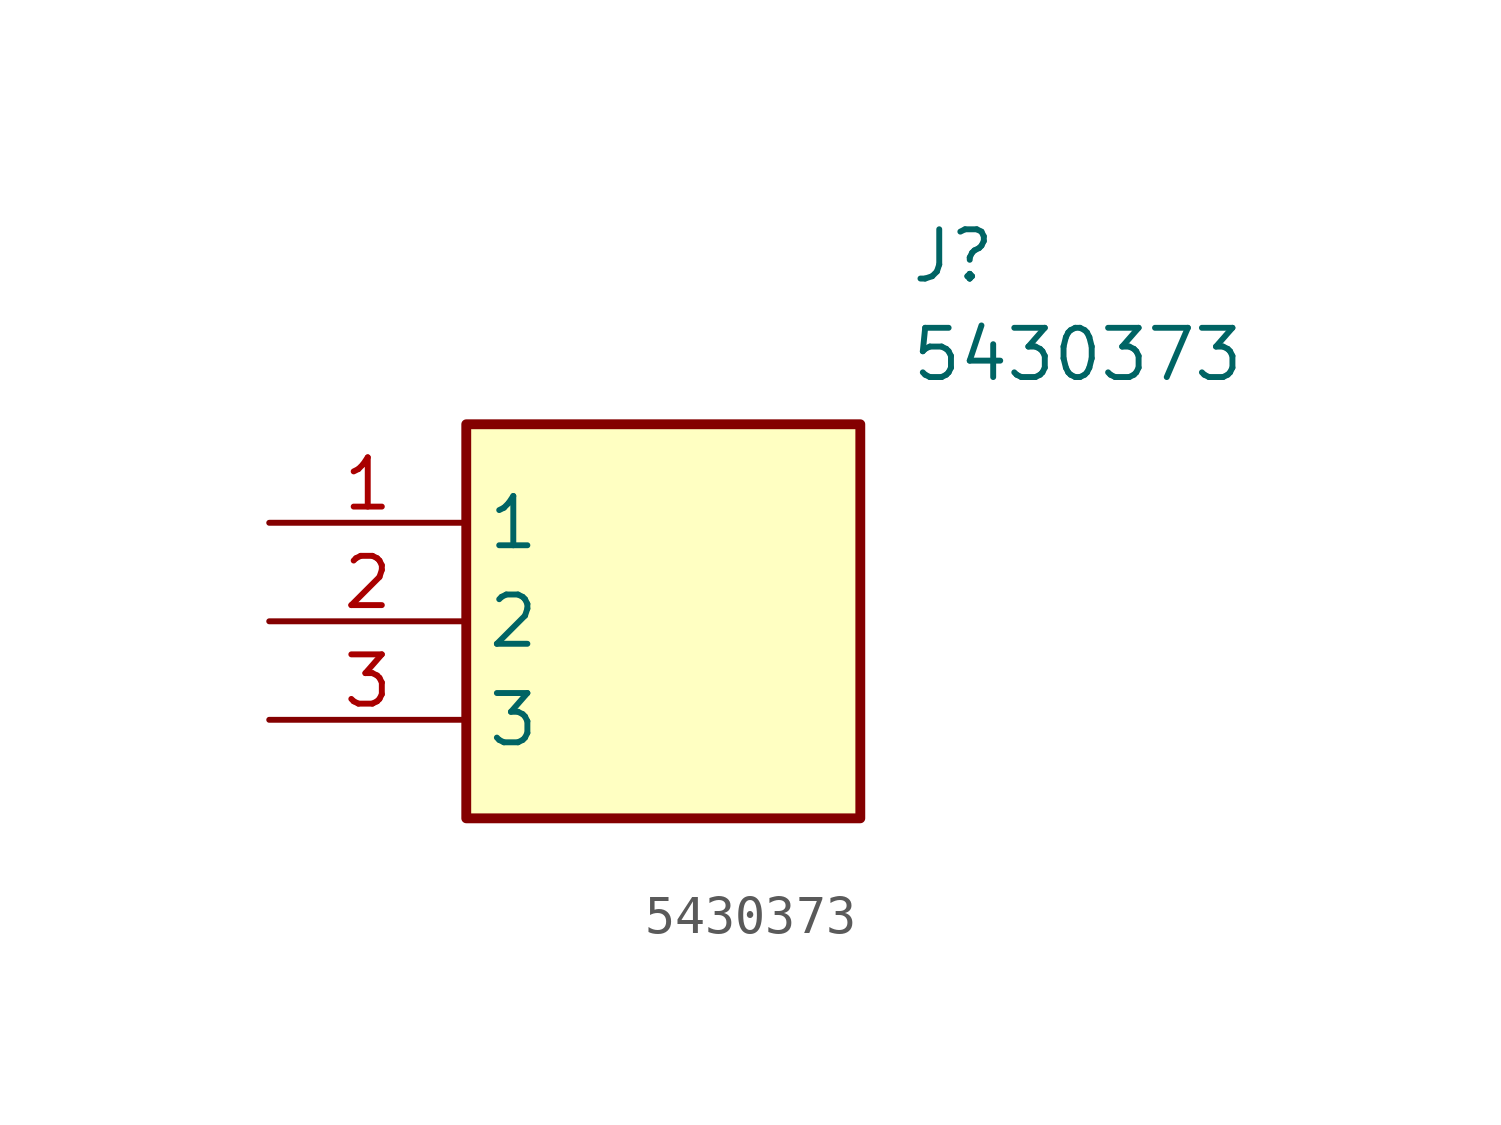
<source format=kicad_sym>
(kicad_symbol_lib
  (version 20211014)
  (generator SamacSys_ECAD_Model)
  (symbol "5430373"
    (property "Reference" "J"
      (at 16.51 7.62 0)
      (effects (font (size 1.27 1.27)) (justify left top)))
    (property "Value" "5430373"
      (at 16.51 5.08 0)
      (effects (font (size 1.27 1.27)) (justify left top)))
    (rectangle
      (start 5.08 2.54)
      (end 15.24 -7.62)
      (stroke (width 0.254) (type default))
      (fill (type background)))
    (pin passive line
      (at 0 0 0)
      (length 5.08)
      (name "1" (effects (font (size 1.27 1.27))))
      (number "1" (effects (font (size 1.27 1.27)))))
    (pin passive line
      (at 0 -2.54 0)
      (length 5.08)
      (name "2" (effects (font (size 1.27 1.27))))
      (number "2" (effects (font (size 1.27 1.27)))))
    (pin passive line
      (at 0 -5.08 0)
      (length 5.08)
      (name "3" (effects (font (size 1.27 1.27))))
      (number "3" (effects (font (size 1.27 1.27)))))))
</source>
